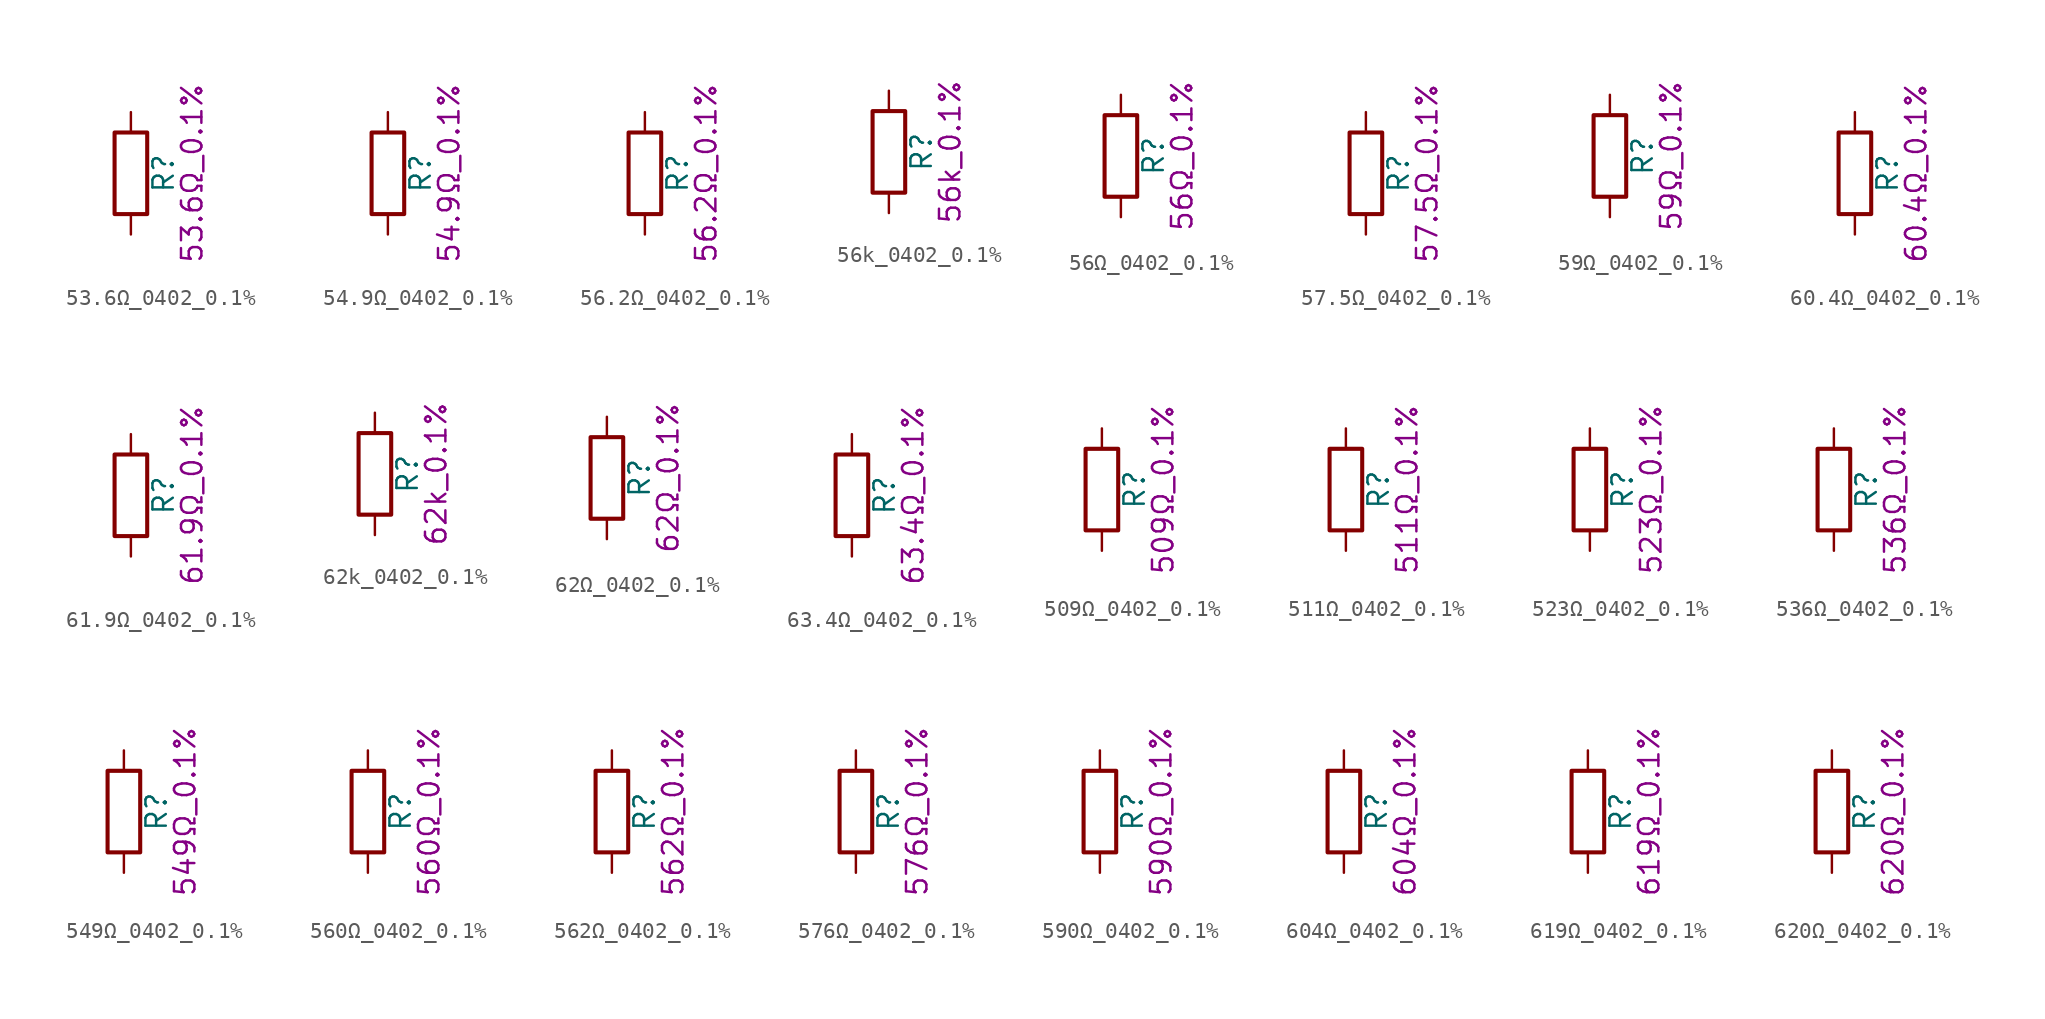
<source format=kicad_sym>
(kicad_symbol_lib
  (version 20211014)
  (generator kicad_symbol_editor)
  (symbol "53.6Ω_0402_0.1%"
    (pin_numbers hide)
    (pin_names
      (offset 0))
    (property "Reference" "R"
      (at 2.032 0 90)
      (effects (font (size 1.27 1.27))))
    (property "Display" "53.6Ω_0.1%"
      (at 3.81 0 90)
      (effects (font (size 1.27 1.27))))
    (symbol "53.6Ω_0402_0.1%_0_1"
      (rectangle (start -1.016 -2.54) (end 1.016 2.54) (stroke (width 0.254) (type default) (color 0 0 0 0)) (fill (type none))))
    (symbol "53.6Ω_0402_0.1%_1_1"
      (pin passive line (at 0 3.81 270) (length 1.27) (name "~" (effects (font (size 1.27 1.27)))) (number "1" (effects (font (size 1.27 1.27)))))
      (pin passive line (at 0 -3.81 90) (length 1.27) (name "~" (effects (font (size 1.27 1.27)))) (number "2" (effects (font (size 1.27 1.27)))))))
  (symbol "54.9Ω_0402_0.1%"
    (pin_numbers hide)
    (pin_names
      (offset 0))
    (property "Reference" "R"
      (at 2.032 0 90)
      (effects (font (size 1.27 1.27))))
    (property "Display" "54.9Ω_0.1%"
      (at 3.81 0 90)
      (effects (font (size 1.27 1.27))))
    (symbol "54.9Ω_0402_0.1%_0_1"
      (rectangle (start -1.016 -2.54) (end 1.016 2.54) (stroke (width 0.254) (type default) (color 0 0 0 0)) (fill (type none))))
    (symbol "54.9Ω_0402_0.1%_1_1"
      (pin passive line (at 0 3.81 270) (length 1.27) (name "~" (effects (font (size 1.27 1.27)))) (number "1" (effects (font (size 1.27 1.27)))))
      (pin passive line (at 0 -3.81 90) (length 1.27) (name "~" (effects (font (size 1.27 1.27)))) (number "2" (effects (font (size 1.27 1.27)))))))
  (symbol "56.2Ω_0402_0.1%"
    (pin_numbers hide)
    (pin_names
      (offset 0))
    (property "Reference" "R"
      (at 2.032 0 90)
      (effects (font (size 1.27 1.27))))
    (property "Display" "56.2Ω_0.1%"
      (at 3.81 0 90)
      (effects (font (size 1.27 1.27))))
    (symbol "56.2Ω_0402_0.1%_0_1"
      (rectangle (start -1.016 -2.54) (end 1.016 2.54) (stroke (width 0.254) (type default) (color 0 0 0 0)) (fill (type none))))
    (symbol "56.2Ω_0402_0.1%_1_1"
      (pin passive line (at 0 3.81 270) (length 1.27) (name "~" (effects (font (size 1.27 1.27)))) (number "1" (effects (font (size 1.27 1.27)))))
      (pin passive line (at 0 -3.81 90) (length 1.27) (name "~" (effects (font (size 1.27 1.27)))) (number "2" (effects (font (size 1.27 1.27)))))))
  (symbol "56k_0402_0.1%"
    (pin_numbers hide)
    (pin_names
      (offset 0))
    (property "Reference" "R"
      (at 2.032 0 90)
      (effects (font (size 1.27 1.27))))
    (property "Display" "56k_0.1%"
      (at 3.81 0 90)
      (effects (font (size 1.27 1.27))))
    (symbol "56k_0402_0.1%_0_1"
      (rectangle (start -1.016 -2.54) (end 1.016 2.54) (stroke (width 0.254) (type default) (color 0 0 0 0)) (fill (type none))))
    (symbol "56k_0402_0.1%_1_1"
      (pin passive line (at 0 3.81 270) (length 1.27) (name "~" (effects (font (size 1.27 1.27)))) (number "1" (effects (font (size 1.27 1.27)))))
      (pin passive line (at 0 -3.81 90) (length 1.27) (name "~" (effects (font (size 1.27 1.27)))) (number "2" (effects (font (size 1.27 1.27)))))))
  (symbol "56Ω_0402_0.1%"
    (pin_numbers hide)
    (pin_names
      (offset 0))
    (property "Reference" "R"
      (at 2.032 0 90)
      (effects (font (size 1.27 1.27))))
    (property "Display" "56Ω_0.1%"
      (at 3.81 0 90)
      (effects (font (size 1.27 1.27))))
    (symbol "56Ω_0402_0.1%_0_1"
      (rectangle (start -1.016 -2.54) (end 1.016 2.54) (stroke (width 0.254) (type default) (color 0 0 0 0)) (fill (type none))))
    (symbol "56Ω_0402_0.1%_1_1"
      (pin passive line (at 0 3.81 270) (length 1.27) (name "~" (effects (font (size 1.27 1.27)))) (number "1" (effects (font (size 1.27 1.27)))))
      (pin passive line (at 0 -3.81 90) (length 1.27) (name "~" (effects (font (size 1.27 1.27)))) (number "2" (effects (font (size 1.27 1.27)))))))
  (symbol "57.5Ω_0402_0.1%"
    (pin_numbers hide)
    (pin_names
      (offset 0))
    (property "Reference" "R"
      (at 2.032 0 90)
      (effects (font (size 1.27 1.27))))
    (property "Display" "57.5Ω_0.1%"
      (at 3.81 0 90)
      (effects (font (size 1.27 1.27))))
    (symbol "57.5Ω_0402_0.1%_0_1"
      (rectangle (start -1.016 -2.54) (end 1.016 2.54) (stroke (width 0.254) (type default) (color 0 0 0 0)) (fill (type none))))
    (symbol "57.5Ω_0402_0.1%_1_1"
      (pin passive line (at 0 3.81 270) (length 1.27) (name "~" (effects (font (size 1.27 1.27)))) (number "1" (effects (font (size 1.27 1.27)))))
      (pin passive line (at 0 -3.81 90) (length 1.27) (name "~" (effects (font (size 1.27 1.27)))) (number "2" (effects (font (size 1.27 1.27)))))))
  (symbol "59Ω_0402_0.1%"
    (pin_numbers hide)
    (pin_names
      (offset 0))
    (property "Reference" "R"
      (at 2.032 0 90)
      (effects (font (size 1.27 1.27))))
    (property "Display" "59Ω_0.1%"
      (at 3.81 0 90)
      (effects (font (size 1.27 1.27))))
    (symbol "59Ω_0402_0.1%_0_1"
      (rectangle (start -1.016 -2.54) (end 1.016 2.54) (stroke (width 0.254) (type default) (color 0 0 0 0)) (fill (type none))))
    (symbol "59Ω_0402_0.1%_1_1"
      (pin passive line (at 0 3.81 270) (length 1.27) (name "~" (effects (font (size 1.27 1.27)))) (number "1" (effects (font (size 1.27 1.27)))))
      (pin passive line (at 0 -3.81 90) (length 1.27) (name "~" (effects (font (size 1.27 1.27)))) (number "2" (effects (font (size 1.27 1.27)))))))
  (symbol "60.4Ω_0402_0.1%"
    (pin_numbers hide)
    (pin_names
      (offset 0))
    (property "Reference" "R"
      (at 2.032 0 90)
      (effects (font (size 1.27 1.27))))
    (property "Display" "60.4Ω_0.1%"
      (at 3.81 0 90)
      (effects (font (size 1.27 1.27))))
    (symbol "60.4Ω_0402_0.1%_0_1"
      (rectangle (start -1.016 -2.54) (end 1.016 2.54) (stroke (width 0.254) (type default) (color 0 0 0 0)) (fill (type none))))
    (symbol "60.4Ω_0402_0.1%_1_1"
      (pin passive line (at 0 3.81 270) (length 1.27) (name "~" (effects (font (size 1.27 1.27)))) (number "1" (effects (font (size 1.27 1.27)))))
      (pin passive line (at 0 -3.81 90) (length 1.27) (name "~" (effects (font (size 1.27 1.27)))) (number "2" (effects (font (size 1.27 1.27)))))))
  (symbol "61.9Ω_0402_0.1%"
    (pin_numbers hide)
    (pin_names
      (offset 0))
    (property "Reference" "R"
      (at 2.032 0 90)
      (effects (font (size 1.27 1.27))))
    (property "Display" "61.9Ω_0.1%"
      (at 3.81 0 90)
      (effects (font (size 1.27 1.27))))
    (symbol "61.9Ω_0402_0.1%_0_1"
      (rectangle (start -1.016 -2.54) (end 1.016 2.54) (stroke (width 0.254) (type default) (color 0 0 0 0)) (fill (type none))))
    (symbol "61.9Ω_0402_0.1%_1_1"
      (pin passive line (at 0 3.81 270) (length 1.27) (name "~" (effects (font (size 1.27 1.27)))) (number "1" (effects (font (size 1.27 1.27)))))
      (pin passive line (at 0 -3.81 90) (length 1.27) (name "~" (effects (font (size 1.27 1.27)))) (number "2" (effects (font (size 1.27 1.27)))))))
  (symbol "62k_0402_0.1%"
    (pin_numbers hide)
    (pin_names
      (offset 0))
    (property "Reference" "R"
      (at 2.032 0 90)
      (effects (font (size 1.27 1.27))))
    (property "Display" "62k_0.1%"
      (at 3.81 0 90)
      (effects (font (size 1.27 1.27))))
    (symbol "62k_0402_0.1%_0_1"
      (rectangle (start -1.016 -2.54) (end 1.016 2.54) (stroke (width 0.254) (type default) (color 0 0 0 0)) (fill (type none))))
    (symbol "62k_0402_0.1%_1_1"
      (pin passive line (at 0 3.81 270) (length 1.27) (name "~" (effects (font (size 1.27 1.27)))) (number "1" (effects (font (size 1.27 1.27)))))
      (pin passive line (at 0 -3.81 90) (length 1.27) (name "~" (effects (font (size 1.27 1.27)))) (number "2" (effects (font (size 1.27 1.27)))))))
  (symbol "62Ω_0402_0.1%"
    (pin_numbers hide)
    (pin_names
      (offset 0))
    (property "Reference" "R"
      (at 2.032 0 90)
      (effects (font (size 1.27 1.27))))
    (property "Display" "62Ω_0.1%"
      (at 3.81 0 90)
      (effects (font (size 1.27 1.27))))
    (symbol "62Ω_0402_0.1%_0_1"
      (rectangle (start -1.016 -2.54) (end 1.016 2.54) (stroke (width 0.254) (type default) (color 0 0 0 0)) (fill (type none))))
    (symbol "62Ω_0402_0.1%_1_1"
      (pin passive line (at 0 3.81 270) (length 1.27) (name "~" (effects (font (size 1.27 1.27)))) (number "1" (effects (font (size 1.27 1.27)))))
      (pin passive line (at 0 -3.81 90) (length 1.27) (name "~" (effects (font (size 1.27 1.27)))) (number "2" (effects (font (size 1.27 1.27)))))))
  (symbol "63.4Ω_0402_0.1%"
    (pin_numbers hide)
    (pin_names
      (offset 0))
    (property "Reference" "R"
      (at 2.032 0 90)
      (effects (font (size 1.27 1.27))))
    (property "Display" "63.4Ω_0.1%"
      (at 3.81 0 90)
      (effects (font (size 1.27 1.27))))
    (symbol "63.4Ω_0402_0.1%_0_1"
      (rectangle (start -1.016 -2.54) (end 1.016 2.54) (stroke (width 0.254) (type default) (color 0 0 0 0)) (fill (type none))))
    (symbol "63.4Ω_0402_0.1%_1_1"
      (pin passive line (at 0 3.81 270) (length 1.27) (name "~" (effects (font (size 1.27 1.27)))) (number "1" (effects (font (size 1.27 1.27)))))
      (pin passive line (at 0 -3.81 90) (length 1.27) (name "~" (effects (font (size 1.27 1.27)))) (number "2" (effects (font (size 1.27 1.27)))))))
  (symbol "509Ω_0402_0.1%"
    (pin_numbers hide)
    (pin_names
      (offset 0))
    (property "Reference" "R"
      (at 2.032 0 90)
      (effects (font (size 1.27 1.27))))
    (property "Display" "509Ω_0.1%"
      (at 3.81 0 90)
      (effects (font (size 1.27 1.27))))
    (symbol "509Ω_0402_0.1%_0_1"
      (rectangle (start -1.016 -2.54) (end 1.016 2.54) (stroke (width 0.254) (type default) (color 0 0 0 0)) (fill (type none))))
    (symbol "509Ω_0402_0.1%_1_1"
      (pin passive line (at 0 3.81 270) (length 1.27) (name "~" (effects (font (size 1.27 1.27)))) (number "1" (effects (font (size 1.27 1.27)))))
      (pin passive line (at 0 -3.81 90) (length 1.27) (name "~" (effects (font (size 1.27 1.27)))) (number "2" (effects (font (size 1.27 1.27)))))))
  (symbol "511Ω_0402_0.1%"
    (pin_numbers hide)
    (pin_names
      (offset 0))
    (property "Reference" "R"
      (at 2.032 0 90)
      (effects (font (size 1.27 1.27))))
    (property "Display" "511Ω_0.1%"
      (at 3.81 0 90)
      (effects (font (size 1.27 1.27))))
    (symbol "511Ω_0402_0.1%_0_1"
      (rectangle (start -1.016 -2.54) (end 1.016 2.54) (stroke (width 0.254) (type default) (color 0 0 0 0)) (fill (type none))))
    (symbol "511Ω_0402_0.1%_1_1"
      (pin passive line (at 0 3.81 270) (length 1.27) (name "~" (effects (font (size 1.27 1.27)))) (number "1" (effects (font (size 1.27 1.27)))))
      (pin passive line (at 0 -3.81 90) (length 1.27) (name "~" (effects (font (size 1.27 1.27)))) (number "2" (effects (font (size 1.27 1.27)))))))
  (symbol "523Ω_0402_0.1%"
    (pin_numbers hide)
    (pin_names
      (offset 0))
    (property "Reference" "R"
      (at 2.032 0 90)
      (effects (font (size 1.27 1.27))))
    (property "Display" "523Ω_0.1%"
      (at 3.81 0 90)
      (effects (font (size 1.27 1.27))))
    (symbol "523Ω_0402_0.1%_0_1"
      (rectangle (start -1.016 -2.54) (end 1.016 2.54) (stroke (width 0.254) (type default) (color 0 0 0 0)) (fill (type none))))
    (symbol "523Ω_0402_0.1%_1_1"
      (pin passive line (at 0 3.81 270) (length 1.27) (name "~" (effects (font (size 1.27 1.27)))) (number "1" (effects (font (size 1.27 1.27)))))
      (pin passive line (at 0 -3.81 90) (length 1.27) (name "~" (effects (font (size 1.27 1.27)))) (number "2" (effects (font (size 1.27 1.27)))))))
  (symbol "536Ω_0402_0.1%"
    (pin_numbers hide)
    (pin_names
      (offset 0))
    (property "Reference" "R"
      (at 2.032 0 90)
      (effects (font (size 1.27 1.27))))
    (property "Display" "536Ω_0.1%"
      (at 3.81 0 90)
      (effects (font (size 1.27 1.27))))
    (symbol "536Ω_0402_0.1%_0_1"
      (rectangle (start -1.016 -2.54) (end 1.016 2.54) (stroke (width 0.254) (type default) (color 0 0 0 0)) (fill (type none))))
    (symbol "536Ω_0402_0.1%_1_1"
      (pin passive line (at 0 3.81 270) (length 1.27) (name "~" (effects (font (size 1.27 1.27)))) (number "1" (effects (font (size 1.27 1.27)))))
      (pin passive line (at 0 -3.81 90) (length 1.27) (name "~" (effects (font (size 1.27 1.27)))) (number "2" (effects (font (size 1.27 1.27)))))))
  (symbol "549Ω_0402_0.1%"
    (pin_numbers hide)
    (pin_names
      (offset 0))
    (property "Reference" "R"
      (at 2.032 0 90)
      (effects (font (size 1.27 1.27))))
    (property "Display" "549Ω_0.1%"
      (at 3.81 0 90)
      (effects (font (size 1.27 1.27))))
    (symbol "549Ω_0402_0.1%_0_1"
      (rectangle (start -1.016 -2.54) (end 1.016 2.54) (stroke (width 0.254) (type default) (color 0 0 0 0)) (fill (type none))))
    (symbol "549Ω_0402_0.1%_1_1"
      (pin passive line (at 0 3.81 270) (length 1.27) (name "~" (effects (font (size 1.27 1.27)))) (number "1" (effects (font (size 1.27 1.27)))))
      (pin passive line (at 0 -3.81 90) (length 1.27) (name "~" (effects (font (size 1.27 1.27)))) (number "2" (effects (font (size 1.27 1.27)))))))
  (symbol "560Ω_0402_0.1%"
    (pin_numbers hide)
    (pin_names
      (offset 0))
    (property "Reference" "R"
      (at 2.032 0 90)
      (effects (font (size 1.27 1.27))))
    (property "Display" "560Ω_0.1%"
      (at 3.81 0 90)
      (effects (font (size 1.27 1.27))))
    (symbol "560Ω_0402_0.1%_0_1"
      (rectangle (start -1.016 -2.54) (end 1.016 2.54) (stroke (width 0.254) (type default) (color 0 0 0 0)) (fill (type none))))
    (symbol "560Ω_0402_0.1%_1_1"
      (pin passive line (at 0 3.81 270) (length 1.27) (name "~" (effects (font (size 1.27 1.27)))) (number "1" (effects (font (size 1.27 1.27)))))
      (pin passive line (at 0 -3.81 90) (length 1.27) (name "~" (effects (font (size 1.27 1.27)))) (number "2" (effects (font (size 1.27 1.27)))))))
  (symbol "562Ω_0402_0.1%"
    (pin_numbers hide)
    (pin_names
      (offset 0))
    (property "Reference" "R"
      (at 2.032 0 90)
      (effects (font (size 1.27 1.27))))
    (property "Display" "562Ω_0.1%"
      (at 3.81 0 90)
      (effects (font (size 1.27 1.27))))
    (symbol "562Ω_0402_0.1%_0_1"
      (rectangle (start -1.016 -2.54) (end 1.016 2.54) (stroke (width 0.254) (type default) (color 0 0 0 0)) (fill (type none))))
    (symbol "562Ω_0402_0.1%_1_1"
      (pin passive line (at 0 3.81 270) (length 1.27) (name "~" (effects (font (size 1.27 1.27)))) (number "1" (effects (font (size 1.27 1.27)))))
      (pin passive line (at 0 -3.81 90) (length 1.27) (name "~" (effects (font (size 1.27 1.27)))) (number "2" (effects (font (size 1.27 1.27)))))))
  (symbol "576Ω_0402_0.1%"
    (pin_numbers hide)
    (pin_names
      (offset 0))
    (property "Reference" "R"
      (at 2.032 0 90)
      (effects (font (size 1.27 1.27))))
    (property "Display" "576Ω_0.1%"
      (at 3.81 0 90)
      (effects (font (size 1.27 1.27))))
    (symbol "576Ω_0402_0.1%_0_1"
      (rectangle (start -1.016 -2.54) (end 1.016 2.54) (stroke (width 0.254) (type default) (color 0 0 0 0)) (fill (type none))))
    (symbol "576Ω_0402_0.1%_1_1"
      (pin passive line (at 0 3.81 270) (length 1.27) (name "~" (effects (font (size 1.27 1.27)))) (number "1" (effects (font (size 1.27 1.27)))))
      (pin passive line (at 0 -3.81 90) (length 1.27) (name "~" (effects (font (size 1.27 1.27)))) (number "2" (effects (font (size 1.27 1.27)))))))
  (symbol "590Ω_0402_0.1%"
    (pin_numbers hide)
    (pin_names
      (offset 0))
    (property "Reference" "R"
      (at 2.032 0 90)
      (effects (font (size 1.27 1.27))))
    (property "Display" "590Ω_0.1%"
      (at 3.81 0 90)
      (effects (font (size 1.27 1.27))))
    (symbol "590Ω_0402_0.1%_0_1"
      (rectangle (start -1.016 -2.54) (end 1.016 2.54) (stroke (width 0.254) (type default) (color 0 0 0 0)) (fill (type none))))
    (symbol "590Ω_0402_0.1%_1_1"
      (pin passive line (at 0 3.81 270) (length 1.27) (name "~" (effects (font (size 1.27 1.27)))) (number "1" (effects (font (size 1.27 1.27)))))
      (pin passive line (at 0 -3.81 90) (length 1.27) (name "~" (effects (font (size 1.27 1.27)))) (number "2" (effects (font (size 1.27 1.27)))))))
  (symbol "604Ω_0402_0.1%"
    (pin_numbers hide)
    (pin_names
      (offset 0))
    (property "Reference" "R"
      (at 2.032 0 90)
      (effects (font (size 1.27 1.27))))
    (property "Display" "604Ω_0.1%"
      (at 3.81 0 90)
      (effects (font (size 1.27 1.27))))
    (symbol "604Ω_0402_0.1%_0_1"
      (rectangle (start -1.016 -2.54) (end 1.016 2.54) (stroke (width 0.254) (type default) (color 0 0 0 0)) (fill (type none))))
    (symbol "604Ω_0402_0.1%_1_1"
      (pin passive line (at 0 3.81 270) (length 1.27) (name "~" (effects (font (size 1.27 1.27)))) (number "1" (effects (font (size 1.27 1.27)))))
      (pin passive line (at 0 -3.81 90) (length 1.27) (name "~" (effects (font (size 1.27 1.27)))) (number "2" (effects (font (size 1.27 1.27)))))))
  (symbol "619Ω_0402_0.1%"
    (pin_numbers hide)
    (pin_names
      (offset 0))
    (property "Reference" "R"
      (at 2.032 0 90)
      (effects (font (size 1.27 1.27))))
    (property "Display" "619Ω_0.1%"
      (at 3.81 0 90)
      (effects (font (size 1.27 1.27))))
    (symbol "619Ω_0402_0.1%_0_1"
      (rectangle (start -1.016 -2.54) (end 1.016 2.54) (stroke (width 0.254) (type default) (color 0 0 0 0)) (fill (type none))))
    (symbol "619Ω_0402_0.1%_1_1"
      (pin passive line (at 0 3.81 270) (length 1.27) (name "~" (effects (font (size 1.27 1.27)))) (number "1" (effects (font (size 1.27 1.27)))))
      (pin passive line (at 0 -3.81 90) (length 1.27) (name "~" (effects (font (size 1.27 1.27)))) (number "2" (effects (font (size 1.27 1.27)))))))
  (symbol "620Ω_0402_0.1%"
    (pin_numbers hide)
    (pin_names
      (offset 0))
    (property "Reference" "R"
      (at 2.032 0 90)
      (effects (font (size 1.27 1.27))))
    (property "Display" "620Ω_0.1%"
      (at 3.81 0 90)
      (effects (font (size 1.27 1.27))))
    (symbol "620Ω_0402_0.1%_0_1"
      (rectangle (start -1.016 -2.54) (end 1.016 2.54) (stroke (width 0.254) (type default) (color 0 0 0 0)) (fill (type none))))
    (symbol "620Ω_0402_0.1%_1_1"
      (pin passive line (at 0 3.81 270) (length 1.27) (name "~" (effects (font (size 1.27 1.27)))) (number "1" (effects (font (size 1.27 1.27)))))
      (pin passive line (at 0 -3.81 90) (length 1.27) (name "~" (effects (font (size 1.27 1.27)))) (number "2" (effects (font (size 1.27 1.27))))))))
</source>
